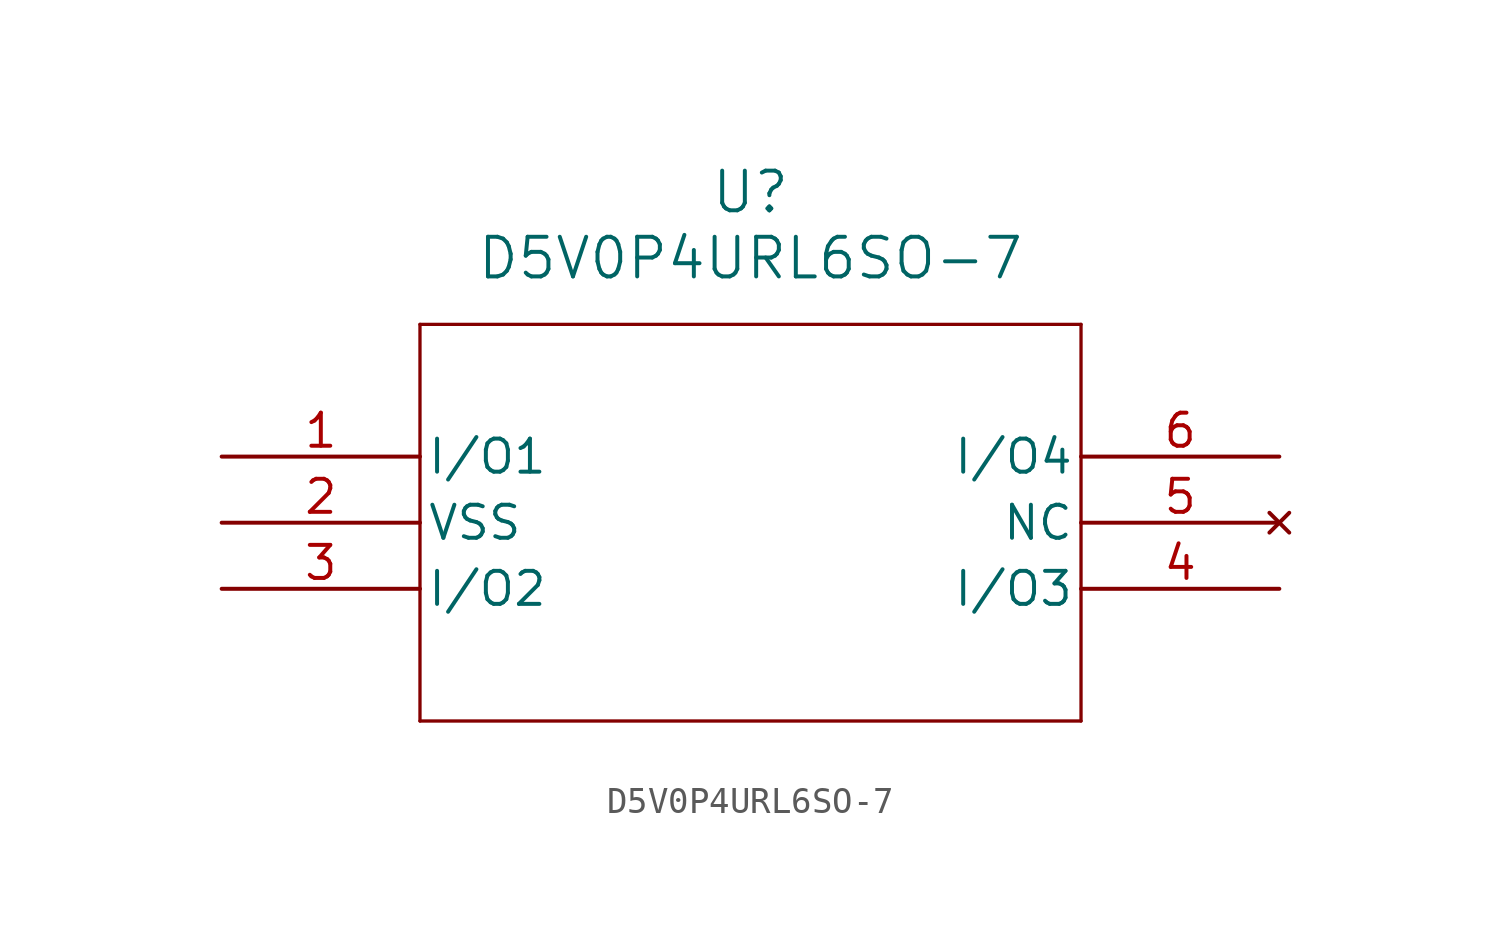
<source format=kicad_sym>
(kicad_symbol_lib
  (version 20211014)
  (generator kicad_symbol_editor)
  (symbol "D5V0P4URL6SO-7"
    (pin_names
      (offset 0.254))
    (property "Reference" "U"
      (at 20.32 10.16 0)
      (effects (font (size 1.524 1.524))))
    (property "Value" "D5V0P4URL6SO-7"
      (at 20.32 7.62 0)
      (effects (font (size 1.524 1.524))))
    (symbol "D5V0P4URL6SO-7_0_1"
      (polyline (pts (xy 7.62 5.08) (xy 7.62 -10.16)) (stroke (width 0.127) (type default) (color 0 0 0 0)) (fill (type none)))
      (polyline (pts (xy 7.62 -10.16) (xy 33.02 -10.16)) (stroke (width 0.127) (type default) (color 0 0 0 0)) (fill (type none)))
      (polyline (pts (xy 33.02 -10.16) (xy 33.02 5.08)) (stroke (width 0.127) (type default) (color 0 0 0 0)) (fill (type none)))
      (polyline (pts (xy 33.02 5.08) (xy 7.62 5.08)) (stroke (width 0.127) (type default) (color 0 0 0 0)) (fill (type none)))
      (pin bidirectional line (at 0 0 0) (length 7.62) (name "I/O1" (effects (font (size 1.27 1.27)))) (number "1" (effects (font (size 1.27 1.27)))))
      (pin power_in line (at 0 -2.54 0) (length 7.62) (name "VSS" (effects (font (size 1.27 1.27)))) (number "2" (effects (font (size 1.27 1.27)))))
      (pin bidirectional line (at 0 -5.08 0) (length 7.62) (name "I/O2" (effects (font (size 1.27 1.27)))) (number "3" (effects (font (size 1.27 1.27)))))
      (pin bidirectional line (at 40.64 -5.08 180) (length 7.62) (name "I/O3" (effects (font (size 1.27 1.27)))) (number "4" (effects (font (size 1.27 1.27)))))
      (pin no_connect line (at 40.64 -2.54 180) (length 7.62) (name "NC" (effects (font (size 1.27 1.27)))) (number "5" (effects (font (size 1.27 1.27)))))
      (pin bidirectional line (at 40.64 0 180) (length 7.62) (name "I/O4" (effects (font (size 1.27 1.27)))) (number "6" (effects (font (size 1.27 1.27))))))))
</source>
